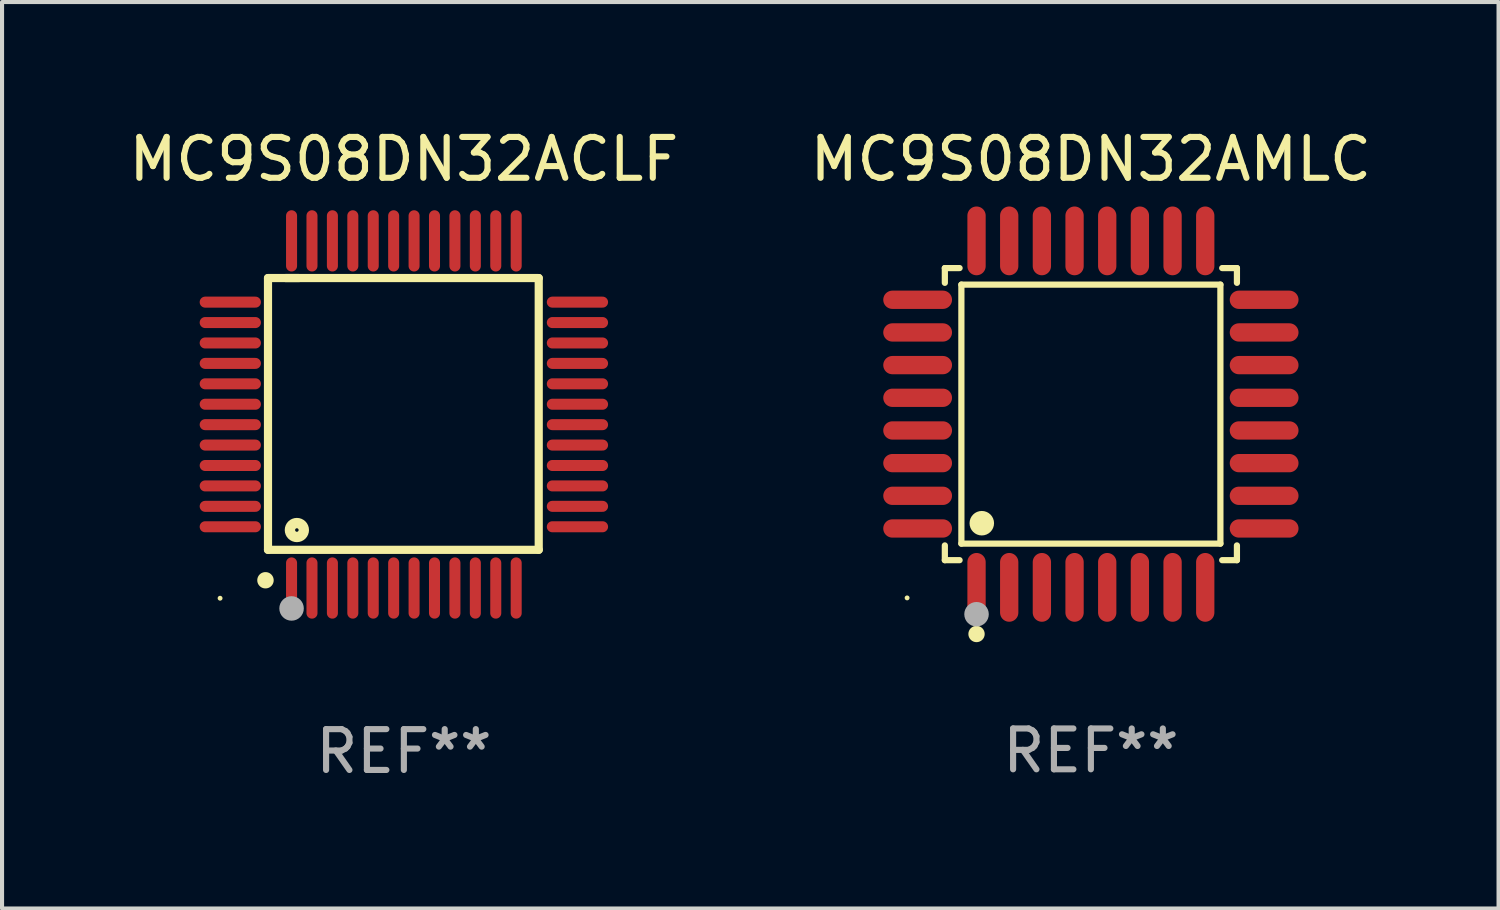
<source format=kicad_pcb>
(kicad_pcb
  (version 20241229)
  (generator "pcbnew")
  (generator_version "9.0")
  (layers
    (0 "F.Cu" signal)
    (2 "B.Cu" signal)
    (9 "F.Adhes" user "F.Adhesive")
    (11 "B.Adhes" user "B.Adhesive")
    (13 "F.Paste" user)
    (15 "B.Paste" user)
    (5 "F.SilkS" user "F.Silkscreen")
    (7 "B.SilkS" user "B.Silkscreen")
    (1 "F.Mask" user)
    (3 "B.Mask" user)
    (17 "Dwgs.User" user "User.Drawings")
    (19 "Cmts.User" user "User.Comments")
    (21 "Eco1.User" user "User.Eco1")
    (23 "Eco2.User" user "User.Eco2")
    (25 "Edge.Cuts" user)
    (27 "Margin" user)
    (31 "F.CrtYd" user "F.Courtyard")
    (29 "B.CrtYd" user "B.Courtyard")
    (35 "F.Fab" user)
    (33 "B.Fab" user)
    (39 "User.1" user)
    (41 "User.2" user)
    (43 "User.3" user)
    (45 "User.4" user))
  (footprint "MC9S08DN32ACLF"
    (layer "F.Cu")
    (at 6.839 7.098)
    (property "Reference" "MC9S08DN32ACLF" (at 0 -6.25 0) (layer "F.SilkS") (effects (font (size 1 1) (thickness 0.15))))
    (attr through_hole)
    (fp_line (start -3.327 -3.34) (end -2.565 -3.34) (stroke (width 0.2) (type solid)) (layer "F.SilkS"))
    (fp_line (start -3.327 3.315) (end -3.327 -3.34) (stroke (width 0.2) (type solid)) (layer "F.SilkS"))
    (fp_line (start -2.896 -3.34) (end 3.302 -3.34) (stroke (width 0.2) (type solid)) (layer "F.SilkS"))
    (fp_line (start 3.302 -3.34) (end 3.302 3.315) (stroke (width 0.2) (type solid)) (layer "F.SilkS"))
    (fp_line (start 3.302 3.315) (end -3.327 3.315) (stroke (width 0.2) (type solid)) (layer "F.SilkS"))
    (fp_arc (start -3.389992 4.059995) (mid -3.388722 4.059991) (end -3.387452 4.059995) (stroke (width 0.4) (type solid)) (layer "F.SilkS"))
    (fp_circle (center -4.5 4.5) (end -4.47 4.5) (stroke (width 0.06) (type solid)) (fill no) (layer "F.SilkS"))
    (fp_circle (center -2.62 2.83) (end -2.45 2.83) (stroke (width 0.254) (type solid)) (fill no) (layer "F.SilkS"))
    (fp_circle (center -2.75 4.75) (end -2.6 4.75) (stroke (width 0.3) (type solid)) (fill no) (layer "F.Fab"))
    (fp_text user "REF**" (at 0 8.25 0) (layer "F.Fab") (effects (font (size 1 1) (thickness 0.15))))
    (pad "1" smd oval (at -2.75 4.25) (size 0.27 1.5) (layers "F.Cu" "F.Mask" "F.Paste"))
    (pad "2" smd oval (at -2.25 4.25) (size 0.27 1.5) (layers "F.Cu" "F.Mask" "F.Paste"))
    (pad "3" smd oval (at -1.75 4.25) (size 0.27 1.5) (layers "F.Cu" "F.Mask" "F.Paste"))
    (pad "4" smd oval (at -1.25 4.25) (size 0.27 1.5) (layers "F.Cu" "F.Mask" "F.Paste"))
    (pad "5" smd oval (at -0.75 4.25) (size 0.27 1.5) (layers "F.Cu" "F.Mask" "F.Paste"))
    (pad "6" smd oval (at -0.25 4.25) (size 0.27 1.5) (layers "F.Cu" "F.Mask" "F.Paste"))
    (pad "7" smd oval (at 0.25 4.25) (size 0.27 1.5) (layers "F.Cu" "F.Mask" "F.Paste"))
    (pad "8" smd oval (at 0.75 4.25) (size 0.27 1.5) (layers "F.Cu" "F.Mask" "F.Paste"))
    (pad "9" smd oval (at 1.25 4.25) (size 0.27 1.5) (layers "F.Cu" "F.Mask" "F.Paste"))
    (pad "10" smd oval (at 1.75 4.25) (size 0.27 1.5) (layers "F.Cu" "F.Mask" "F.Paste"))
    (pad "11" smd oval (at 2.25 4.25) (size 0.27 1.5) (layers "F.Cu" "F.Mask" "F.Paste"))
    (pad "12" smd oval (at 2.75 4.25) (size 0.27 1.5) (layers "F.Cu" "F.Mask" "F.Paste"))
    (pad "13" smd oval (at 4.25 2.75) (size 1.5 0.27) (layers "F.Cu" "F.Mask" "F.Paste"))
    (pad "14" smd oval (at 4.25 2.25) (size 1.5 0.27) (layers "F.Cu" "F.Mask" "F.Paste"))
    (pad "15" smd oval (at 4.25 1.75) (size 1.5 0.27) (layers "F.Cu" "F.Mask" "F.Paste"))
    (pad "16" smd oval (at 4.25 1.25) (size 1.5 0.27) (layers "F.Cu" "F.Mask" "F.Paste"))
    (pad "17" smd oval (at 4.25 0.75) (size 1.5 0.27) (layers "F.Cu" "F.Mask" "F.Paste"))
    (pad "18" smd oval (at 4.25 0.25) (size 1.5 0.27) (layers "F.Cu" "F.Mask" "F.Paste"))
    (pad "19" smd oval (at 4.25 -0.25) (size 1.5 0.27) (layers "F.Cu" "F.Mask" "F.Paste"))
    (pad "20" smd oval (at 4.25 -0.75) (size 1.5 0.27) (layers "F.Cu" "F.Mask" "F.Paste"))
    (pad "21" smd oval (at 4.25 -1.25) (size 1.5 0.27) (layers "F.Cu" "F.Mask" "F.Paste"))
    (pad "22" smd oval (at 4.25 -1.75) (size 1.5 0.27) (layers "F.Cu" "F.Mask" "F.Paste"))
    (pad "23" smd oval (at 4.25 -2.25) (size 1.5 0.27) (layers "F.Cu" "F.Mask" "F.Paste"))
    (pad "24" smd oval (at 4.25 -2.75) (size 1.5 0.27) (layers "F.Cu" "F.Mask" "F.Paste"))
    (pad "25" smd oval (at 2.75 -4.25) (size 0.27 1.5) (layers "F.Cu" "F.Mask" "F.Paste"))
    (pad "26" smd oval (at 2.25 -4.25) (size 0.27 1.5) (layers "F.Cu" "F.Mask" "F.Paste"))
    (pad "27" smd oval (at 1.75 -4.25) (size 0.27 1.5) (layers "F.Cu" "F.Mask" "F.Paste"))
    (pad "28" smd oval (at 1.25 -4.25) (size 0.27 1.5) (layers "F.Cu" "F.Mask" "F.Paste"))
    (pad "29" smd oval (at 0.75 -4.25) (size 0.27 1.5) (layers "F.Cu" "F.Mask" "F.Paste"))
    (pad "30" smd oval (at 0.25 -4.25) (size 0.27 1.5) (layers "F.Cu" "F.Mask" "F.Paste"))
    (pad "31" smd oval (at -0.25 -4.25) (size 0.27 1.5) (layers "F.Cu" "F.Mask" "F.Paste"))
    (pad "32" smd oval (at -0.75 -4.25) (size 0.27 1.5) (layers "F.Cu" "F.Mask" "F.Paste"))
    (pad "33" smd oval (at -1.25 -4.25) (size 0.27 1.5) (layers "F.Cu" "F.Mask" "F.Paste"))
    (pad "34" smd oval (at -1.75 -4.25) (size 0.27 1.5) (layers "F.Cu" "F.Mask" "F.Paste"))
    (pad "35" smd oval (at -2.25 -4.25) (size 0.27 1.5) (layers "F.Cu" "F.Mask" "F.Paste"))
    (pad "36" smd oval (at -2.75 -4.25) (size 0.27 1.5) (layers "F.Cu" "F.Mask" "F.Paste"))
    (pad "37" smd oval (at -4.25 -2.75) (size 1.5 0.27) (layers "F.Cu" "F.Mask" "F.Paste"))
    (pad "38" smd oval (at -4.25 -2.25) (size 1.5 0.27) (layers "F.Cu" "F.Mask" "F.Paste"))
    (pad "39" smd oval (at -4.25 -1.75) (size 1.5 0.27) (layers "F.Cu" "F.Mask" "F.Paste"))
    (pad "40" smd oval (at -4.25 -1.25) (size 1.5 0.27) (layers "F.Cu" "F.Mask" "F.Paste"))
    (pad "41" smd oval (at -4.25 -0.75) (size 1.5 0.27) (layers "F.Cu" "F.Mask" "F.Paste"))
    (pad "42" smd oval (at -4.25 -0.25) (size 1.5 0.27) (layers "F.Cu" "F.Mask" "F.Paste"))
    (pad "43" smd oval (at -4.25 0.25) (size 1.5 0.27) (layers "F.Cu" "F.Mask" "F.Paste"))
    (pad "44" smd oval (at -4.25 0.75) (size 1.5 0.27) (layers "F.Cu" "F.Mask" "F.Paste"))
    (pad "45" smd oval (at -4.25 1.25) (size 1.5 0.27) (layers "F.Cu" "F.Mask" "F.Paste"))
    (pad "46" smd oval (at -4.25 1.75) (size 1.5 0.27) (layers "F.Cu" "F.Mask" "F.Paste"))
    (pad "47" smd oval (at -4.25 2.25) (size 1.5 0.27) (layers "F.Cu" "F.Mask" "F.Paste"))
    (pad "48" smd oval (at -4.25 2.75) (size 1.5 0.27) (layers "F.Cu" "F.Mask" "F.Paste")))
  (footprint "MC9S08DN32AMLC"
    (layer "F.Cu")
    (at 23.661 7.09)
    (property "Reference" "MC9S08DN32AMLC" (at 0 -6.242 0) (layer "F.SilkS") (effects (font (size 1 1) (thickness 0.15))))
    (attr through_hole)
    (fp_line (start -3.576 -3.576) (end -3.215 -3.576) (stroke (width 0.152) (type solid)) (layer "F.SilkS"))
    (fp_line (start -3.576 -3.215) (end -3.576 -3.576) (stroke (width 0.152) (type solid)) (layer "F.SilkS"))
    (fp_line (start -3.576 3.215) (end -3.576 3.576) (stroke (width 0.152) (type solid)) (layer "F.SilkS"))
    (fp_line (start -3.576 3.576) (end -3.215 3.576) (stroke (width 0.152) (type solid)) (layer "F.SilkS"))
    (fp_line (start -3.171 -3.171) (end 3.171 -3.171) (stroke (width 0.152) (type solid)) (layer "F.SilkS"))
    (fp_line (start -3.171 3.171) (end -3.171 -3.171) (stroke (width 0.152) (type solid)) (layer "F.SilkS"))
    (fp_line (start 3.171 -3.171) (end 3.171 3.171) (stroke (width 0.152) (type solid)) (layer "F.SilkS"))
    (fp_line (start 3.171 3.171) (end -3.171 3.171) (stroke (width 0.152) (type solid)) (layer "F.SilkS"))
    (fp_line (start 3.576 -3.576) (end 3.215 -3.576) (stroke (width 0.152) (type solid)) (layer "F.SilkS"))
    (fp_line (start 3.576 -3.215) (end 3.576 -3.576) (stroke (width 0.152) (type solid)) (layer "F.SilkS"))
    (fp_line (start 3.576 3.215) (end 3.576 3.576) (stroke (width 0.152) (type solid)) (layer "F.SilkS"))
    (fp_line (start 3.576 3.576) (end 3.215 3.576) (stroke (width 0.152) (type solid)) (layer "F.SilkS"))
    (fp_circle (center -4.5 4.5) (end -4.47 4.5) (stroke (width 0.06) (type solid)) (fill no) (layer "F.SilkS"))
    (fp_circle (center -2.8 5.384) (end -2.7 5.384) (stroke (width 0.2) (type solid)) (fill no) (layer "F.SilkS"))
    (fp_circle (center -2.671 2.671) (end -2.521 2.671) (stroke (width 0.3) (type solid)) (fill no) (layer "F.SilkS"))
    (fp_circle (center -2.8 4.9) (end -2.65 4.9) (stroke (width 0.3) (type solid)) (fill no) (layer "F.Fab"))
    (fp_text user "REF**" (at 0 8.242 0) (layer "F.Fab") (effects (font (size 1 1) (thickness 0.15))))
    (pad "1" smd oval (at -2.8 4.242) (size 0.448 1.684) (layers "F.Cu" "F.Mask" "F.Paste"))
    (pad "2" smd oval (at -2 4.242) (size 0.448 1.684) (layers "F.Cu" "F.Mask" "F.Paste"))
    (pad "3" smd oval (at -1.2 4.242) (size 0.448 1.684) (layers "F.Cu" "F.Mask" "F.Paste"))
    (pad "4" smd oval (at -0.4 4.242) (size 0.448 1.684) (layers "F.Cu" "F.Mask" "F.Paste"))
    (pad "5" smd oval (at 0.4 4.242) (size 0.448 1.684) (layers "F.Cu" "F.Mask" "F.Paste"))
    (pad "6" smd oval (at 1.2 4.242) (size 0.448 1.684) (layers "F.Cu" "F.Mask" "F.Paste"))
    (pad "7" smd oval (at 2 4.242) (size 0.448 1.684) (layers "F.Cu" "F.Mask" "F.Paste"))
    (pad "8" smd oval (at 2.8 4.242) (size 0.448 1.684) (layers "F.Cu" "F.Mask" "F.Paste"))
    (pad "9" smd oval (at 4.242 2.8) (size 1.684 0.448) (layers "F.Cu" "F.Mask" "F.Paste"))
    (pad "10" smd oval (at 4.242 2) (size 1.684 0.448) (layers "F.Cu" "F.Mask" "F.Paste"))
    (pad "11" smd oval (at 4.242 1.2) (size 1.684 0.448) (layers "F.Cu" "F.Mask" "F.Paste"))
    (pad "12" smd oval (at 4.242 0.4) (size 1.684 0.448) (layers "F.Cu" "F.Mask" "F.Paste"))
    (pad "13" smd oval (at 4.242 -0.4) (size 1.684 0.448) (layers "F.Cu" "F.Mask" "F.Paste"))
    (pad "14" smd oval (at 4.242 -1.2) (size 1.684 0.448) (layers "F.Cu" "F.Mask" "F.Paste"))
    (pad "15" smd oval (at 4.242 -2) (size 1.684 0.448) (layers "F.Cu" "F.Mask" "F.Paste"))
    (pad "16" smd oval (at 4.242 -2.8) (size 1.684 0.448) (layers "F.Cu" "F.Mask" "F.Paste"))
    (pad "17" smd oval (at 2.8 -4.242) (size 0.448 1.684) (layers "F.Cu" "F.Mask" "F.Paste"))
    (pad "18" smd oval (at 2 -4.242) (size 0.448 1.684) (layers "F.Cu" "F.Mask" "F.Paste"))
    (pad "19" smd oval (at 1.2 -4.242) (size 0.448 1.684) (layers "F.Cu" "F.Mask" "F.Paste"))
    (pad "20" smd oval (at 0.4 -4.242) (size 0.448 1.684) (layers "F.Cu" "F.Mask" "F.Paste"))
    (pad "21" smd oval (at -0.4 -4.242) (size 0.448 1.684) (layers "F.Cu" "F.Mask" "F.Paste"))
    (pad "22" smd oval (at -1.2 -4.242) (size 0.448 1.684) (layers "F.Cu" "F.Mask" "F.Paste"))
    (pad "23" smd oval (at -2 -4.242) (size 0.448 1.684) (layers "F.Cu" "F.Mask" "F.Paste"))
    (pad "24" smd oval (at -2.8 -4.242) (size 0.448 1.684) (layers "F.Cu" "F.Mask" "F.Paste"))
    (pad "25" smd oval (at -4.242 -2.8) (size 1.684 0.448) (layers "F.Cu" "F.Mask" "F.Paste"))
    (pad "26" smd oval (at -4.242 -2) (size 1.684 0.448) (layers "F.Cu" "F.Mask" "F.Paste"))
    (pad "27" smd oval (at -4.242 -1.2) (size 1.684 0.448) (layers "F.Cu" "F.Mask" "F.Paste"))
    (pad "28" smd oval (at -4.242 -0.4) (size 1.684 0.448) (layers "F.Cu" "F.Mask" "F.Paste"))
    (pad "29" smd oval (at -4.242 0.4) (size 1.684 0.448) (layers "F.Cu" "F.Mask" "F.Paste"))
    (pad "30" smd oval (at -4.242 1.2) (size 1.684 0.448) (layers "F.Cu" "F.Mask" "F.Paste"))
    (pad "31" smd oval (at -4.242 2) (size 1.684 0.448) (layers "F.Cu" "F.Mask" "F.Paste"))
    (pad "32" smd oval (at -4.242 2.8) (size 1.684 0.448) (layers "F.Cu" "F.Mask" "F.Paste")))
  (gr_rect
    (start -3 -3)
    (end 33.643 19.196)
    (stroke (width 0.1) (type default))
    (fill no)
    (layer "Edge.Cuts")))
</source>
